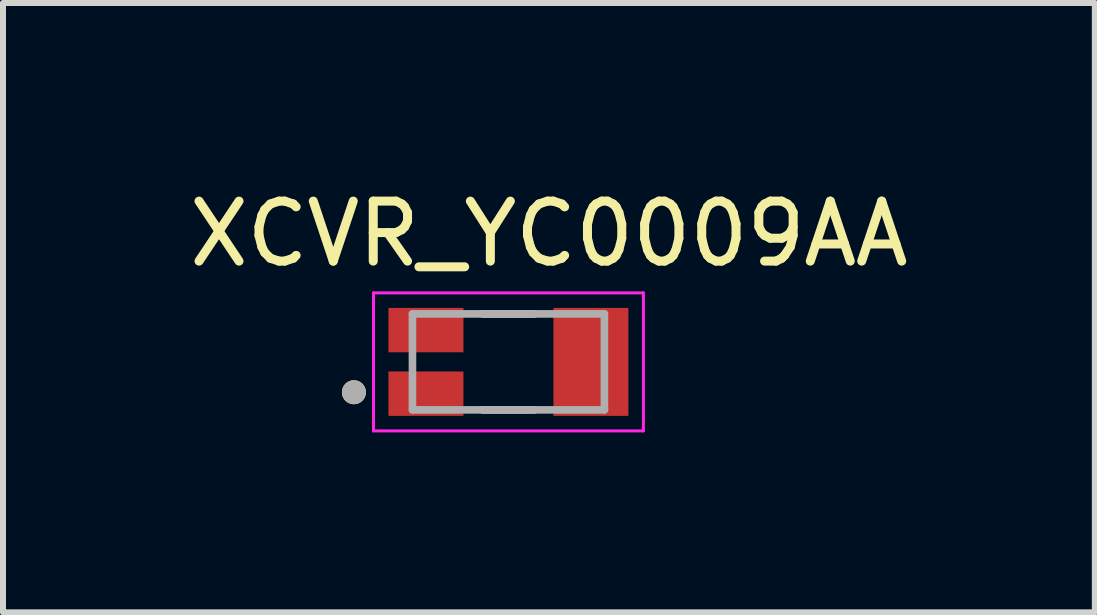
<source format=kicad_pcb>
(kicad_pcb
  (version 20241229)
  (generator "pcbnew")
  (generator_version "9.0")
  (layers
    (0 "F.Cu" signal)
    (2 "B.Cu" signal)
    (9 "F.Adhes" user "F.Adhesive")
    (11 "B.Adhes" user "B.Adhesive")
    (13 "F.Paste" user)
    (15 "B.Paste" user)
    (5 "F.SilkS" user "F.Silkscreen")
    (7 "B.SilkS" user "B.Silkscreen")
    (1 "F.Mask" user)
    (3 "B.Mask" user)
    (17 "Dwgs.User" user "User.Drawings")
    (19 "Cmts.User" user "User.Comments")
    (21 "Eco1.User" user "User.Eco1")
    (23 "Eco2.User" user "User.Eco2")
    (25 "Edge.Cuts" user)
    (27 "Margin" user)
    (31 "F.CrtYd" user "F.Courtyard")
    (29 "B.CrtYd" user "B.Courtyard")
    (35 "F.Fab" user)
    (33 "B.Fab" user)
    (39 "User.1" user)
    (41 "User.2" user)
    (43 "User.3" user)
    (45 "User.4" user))
  (footprint "XCVR_YC0009AA"
    (layer "F.Cu")
    (at 5.426 2.983)
    (property "Reference" "XCVR_YC0009AA" (at 0.675 -2.135 0) (layer "F.SilkS") (effects (font (size 1 1) (thickness 0.15))))
    (attr through_hole)
    (fp_line (start -0.43 -0.8) (end 0.43 -0.8) (stroke (width 0.127) (type solid)) (layer "F.SilkS"))
    (fp_line (start -0.43 0.8) (end 0.43 0.8) (stroke (width 0.127) (type solid)) (layer "F.SilkS"))
    (fp_circle (center -2.576 0.506) (end -2.476 0.506) (stroke (width 0.2) (type solid)) (fill no) (layer "F.SilkS"))
    (fp_line (start -2.25 -1.15) (end 2.25 -1.15) (stroke (width 0.05) (type solid)) (layer "F.CrtYd"))
    (fp_line (start -2.25 1.15) (end -2.25 -1.15) (stroke (width 0.05) (type solid)) (layer "F.CrtYd"))
    (fp_line (start 2.25 -1.15) (end 2.25 1.15) (stroke (width 0.05) (type solid)) (layer "F.CrtYd"))
    (fp_line (start 2.25 1.15) (end -2.25 1.15) (stroke (width 0.05) (type solid)) (layer "F.CrtYd"))
    (fp_line (start -1.6 -0.8) (end -1.6 0.8) (stroke (width 0.127) (type solid)) (layer "F.Fab"))
    (fp_line (start -1.6 0.8) (end 1.6 0.8) (stroke (width 0.127) (type solid)) (layer "F.Fab"))
    (fp_line (start 1.6 -0.8) (end -1.6 -0.8) (stroke (width 0.127) (type solid)) (layer "F.Fab"))
    (fp_line (start 1.6 0.8) (end 1.6 -0.8) (stroke (width 0.127) (type solid)) (layer "F.Fab"))
    (fp_circle (center -2.576 0.506) (end -2.476 0.506) (stroke (width 0.2) (type solid)) (fill no) (layer "F.Fab"))
    (pad "1" smd rect (at -1.375 0.53) (size 1.25 0.74) (layers "F.Cu" "F.Mask" "F.Paste"))
    (pad "2" smd rect (at 1.375 0) (size 1.25 1.8) (layers "F.Cu" "F.Mask" "F.Paste"))
    (pad "3" smd rect (at -1.375 -0.53) (size 1.25 0.74) (layers "F.Cu" "F.Mask" "F.Paste"))
    (zone (net_name "") (layer "F.Cu") (hatch full 0.508) (connect_pads) (min_thickness 0.01) (filled_areas_thickness no) (keepout (tracks not_allowed) (vias not_allowed) (pads not_allowed) (copperpour not_allowed) (footprints allowed)) (placement (enabled no)) (fill) (polygon (pts (xy 6.171 3.878) (xy 4.681 3.878) (xy 4.681 3.138) (xy 3.431 3.138) (xy 3.431 2.828) (xy 4.681 2.828) (xy 4.681 2.088) (xy 6.171 2.088))))
    (zone (net_name "") (layers "F.Cu" "B.Cu") (hatch full 0.508) (connect_pads) (min_thickness 0.01) (filled_areas_thickness no) (keepout (tracks allowed) (vias not_allowed) (pads allowed) (copperpour allowed) (footprints allowed)) (placement (enabled no)) (fill) (polygon (pts (xy 6.171 3.878) (xy 4.681 3.878) (xy 4.681 3.138) (xy 3.431 3.138) (xy 3.431 2.828) (xy 4.681 2.828) (xy 4.681 2.088) (xy 6.171 2.088)))))
  (gr_rect
    (start -3 -3)
    (end 15.202 7.158)
    (stroke (width 0.1) (type default))
    (fill no)
    (layer "Edge.Cuts")))
</source>
